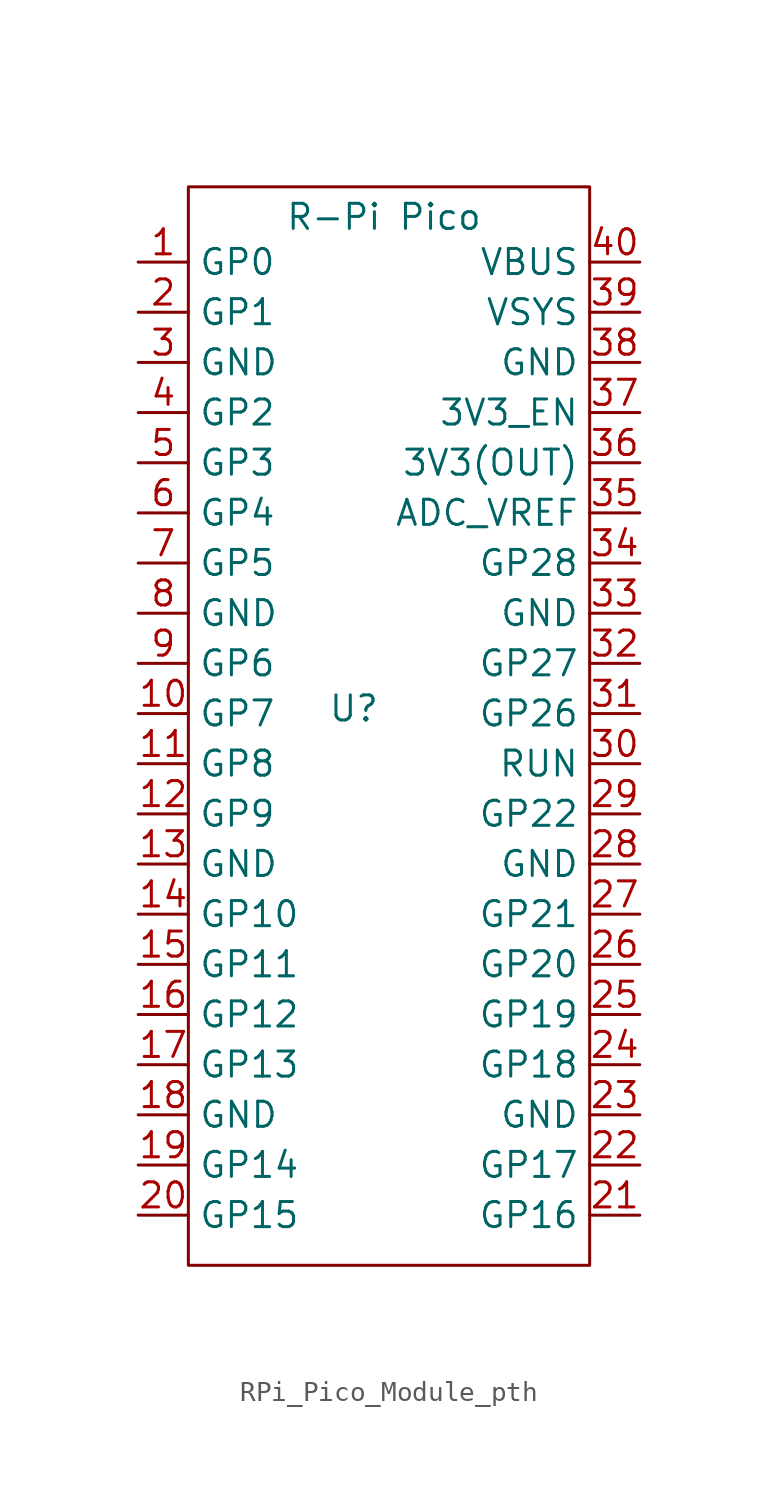
<source format=kicad_sym>
(kicad_symbol_lib
  (version 20231120)
  (generator "kicad_symbol_editor")
  (generator_version "8.0")
  (symbol "RPi_Pico_Module_pth"
    (property "Reference" "U"
      (at 12.192 -9.906 0)
      (effects (font (size 1.27 1.27))))
    (property "Value" "R-Pi Pico"
      (at 13.716 14.986 0)
      (effects (font (size 1.27 1.27))))
    (symbol "RPi_Pico_Module_pth_0_1"
      (rectangle (start 3.81 16.51) (end 24.13 -38.1) (stroke (width 0) (type default)) (fill (type none))))
    (symbol "RPi_Pico_Module_pth_1_1"
      (pin bidirectional line (at 1.27 12.7 0) (length 2.54) (name "GP0" (effects (font (size 1.27 1.27)))) (number "1" (effects (font (size 1.27 1.27)))))
      (pin bidirectional line (at 1.27 -10.16 0) (length 2.54) (name "GP7" (effects (font (size 1.27 1.27)))) (number "10" (effects (font (size 1.27 1.27)))))
      (pin bidirectional line (at 1.27 -12.7 0) (length 2.54) (name "GP8" (effects (font (size 1.27 1.27)))) (number "11" (effects (font (size 1.27 1.27)))))
      (pin bidirectional line (at 1.27 -15.24 0) (length 2.54) (name "GP9" (effects (font (size 1.27 1.27)))) (number "12" (effects (font (size 1.27 1.27)))))
      (pin power_in line (at 1.27 -17.78 0) (length 2.54) (name "GND" (effects (font (size 1.27 1.27)))) (number "13" (effects (font (size 1.27 1.27)))))
      (pin bidirectional line (at 1.27 -20.32 0) (length 2.54) (name "GP10" (effects (font (size 1.27 1.27)))) (number "14" (effects (font (size 1.27 1.27)))))
      (pin bidirectional line (at 1.27 -22.86 0) (length 2.54) (name "GP11" (effects (font (size 1.27 1.27)))) (number "15" (effects (font (size 1.27 1.27)))))
      (pin bidirectional line (at 1.27 -25.4 0) (length 2.54) (name "GP12" (effects (font (size 1.27 1.27)))) (number "16" (effects (font (size 1.27 1.27)))))
      (pin bidirectional line (at 1.27 -27.94 0) (length 2.54) (name "GP13" (effects (font (size 1.27 1.27)))) (number "17" (effects (font (size 1.27 1.27)))))
      (pin power_in line (at 1.27 -30.48 0) (length 2.54) (name "GND" (effects (font (size 1.27 1.27)))) (number "18" (effects (font (size 1.27 1.27)))))
      (pin bidirectional line (at 1.27 -33.02 0) (length 2.54) (name "GP14" (effects (font (size 1.27 1.27)))) (number "19" (effects (font (size 1.27 1.27)))))
      (pin bidirectional line (at 1.27 10.16 0) (length 2.54) (name "GP1" (effects (font (size 1.27 1.27)))) (number "2" (effects (font (size 1.27 1.27)))))
      (pin bidirectional line (at 1.27 -35.56 0) (length 2.54) (name "GP15" (effects (font (size 1.27 1.27)))) (number "20" (effects (font (size 1.27 1.27)))))
      (pin bidirectional line (at 26.67 -35.56 180) (length 2.54) (name "GP16" (effects (font (size 1.27 1.27)))) (number "21" (effects (font (size 1.27 1.27)))))
      (pin bidirectional line (at 26.67 -33.02 180) (length 2.54) (name "GP17" (effects (font (size 1.27 1.27)))) (number "22" (effects (font (size 1.27 1.27)))))
      (pin power_in line (at 26.67 -30.48 180) (length 2.54) (name "GND" (effects (font (size 1.27 1.27)))) (number "23" (effects (font (size 1.27 1.27)))))
      (pin bidirectional line (at 26.67 -27.94 180) (length 2.54) (name "GP18" (effects (font (size 1.27 1.27)))) (number "24" (effects (font (size 1.27 1.27)))))
      (pin bidirectional line (at 26.67 -25.4 180) (length 2.54) (name "GP19" (effects (font (size 1.27 1.27)))) (number "25" (effects (font (size 1.27 1.27)))))
      (pin bidirectional line (at 26.67 -22.86 180) (length 2.54) (name "GP20" (effects (font (size 1.27 1.27)))) (number "26" (effects (font (size 1.27 1.27)))))
      (pin bidirectional line (at 26.67 -20.32 180) (length 2.54) (name "GP21" (effects (font (size 1.27 1.27)))) (number "27" (effects (font (size 1.27 1.27)))))
      (pin power_in line (at 26.67 -17.78 180) (length 2.54) (name "GND" (effects (font (size 1.27 1.27)))) (number "28" (effects (font (size 1.27 1.27)))))
      (pin bidirectional line (at 26.67 -15.24 180) (length 2.54) (name "GP22" (effects (font (size 1.27 1.27)))) (number "29" (effects (font (size 1.27 1.27)))))
      (pin power_in line (at 1.27 7.62 0) (length 2.54) (name "GND" (effects (font (size 1.27 1.27)))) (number "3" (effects (font (size 1.27 1.27)))))
      (pin input line (at 26.67 -12.7 180) (length 2.54) (name "RUN" (effects (font (size 1.27 1.27)))) (number "30" (effects (font (size 1.27 1.27)))))
      (pin bidirectional line (at 26.67 -10.16 180) (length 2.54) (name "GP26" (effects (font (size 1.27 1.27)))) (number "31" (effects (font (size 1.27 1.27)))))
      (pin bidirectional line (at 26.67 -7.62 180) (length 2.54) (name "GP27" (effects (font (size 1.27 1.27)))) (number "32" (effects (font (size 1.27 1.27)))))
      (pin power_in line (at 26.67 -5.08 180) (length 2.54) (name "GND" (effects (font (size 1.27 1.27)))) (number "33" (effects (font (size 1.27 1.27)))))
      (pin bidirectional line (at 26.67 -2.54 180) (length 2.54) (name "GP28" (effects (font (size 1.27 1.27)))) (number "34" (effects (font (size 1.27 1.27)))))
      (pin bidirectional line (at 26.67 0 180) (length 2.54) (name "ADC_VREF" (effects (font (size 1.27 1.27)))) (number "35" (effects (font (size 1.27 1.27)))))
      (pin power_out line (at 26.67 2.54 180) (length 2.54) (name "3V3(OUT)" (effects (font (size 1.27 1.27)))) (number "36" (effects (font (size 1.27 1.27)))))
      (pin input line (at 26.67 5.08 180) (length 2.54) (name "3V3_EN" (effects (font (size 1.27 1.27)))) (number "37" (effects (font (size 1.27 1.27)))))
      (pin power_in line (at 26.67 7.62 180) (length 2.54) (name "GND" (effects (font (size 1.27 1.27)))) (number "38" (effects (font (size 1.27 1.27)))))
      (pin power_out line (at 26.67 10.16 180) (length 2.54) (name "VSYS" (effects (font (size 1.27 1.27)))) (number "39" (effects (font (size 1.27 1.27)))))
      (pin bidirectional line (at 1.27 5.08 0) (length 2.54) (name "GP2" (effects (font (size 1.27 1.27)))) (number "4" (effects (font (size 1.27 1.27)))))
      (pin power_out line (at 26.67 12.7 180) (length 2.54) (name "VBUS" (effects (font (size 1.27 1.27)))) (number "40" (effects (font (size 1.27 1.27)))))
      (pin bidirectional line (at 1.27 2.54 0) (length 2.54) (name "GP3" (effects (font (size 1.27 1.27)))) (number "5" (effects (font (size 1.27 1.27)))))
      (pin bidirectional line (at 1.27 0 0) (length 2.54) (name "GP4" (effects (font (size 1.27 1.27)))) (number "6" (effects (font (size 1.27 1.27)))))
      (pin bidirectional line (at 1.27 -2.54 0) (length 2.54) (name "GP5" (effects (font (size 1.27 1.27)))) (number "7" (effects (font (size 1.27 1.27)))))
      (pin power_in line (at 1.27 -5.08 0) (length 2.54) (name "GND" (effects (font (size 1.27 1.27)))) (number "8" (effects (font (size 1.27 1.27)))))
      (pin bidirectional line (at 1.27 -7.62 0) (length 2.54) (name "GP6" (effects (font (size 1.27 1.27)))) (number "9" (effects (font (size 1.27 1.27))))))))
</source>
